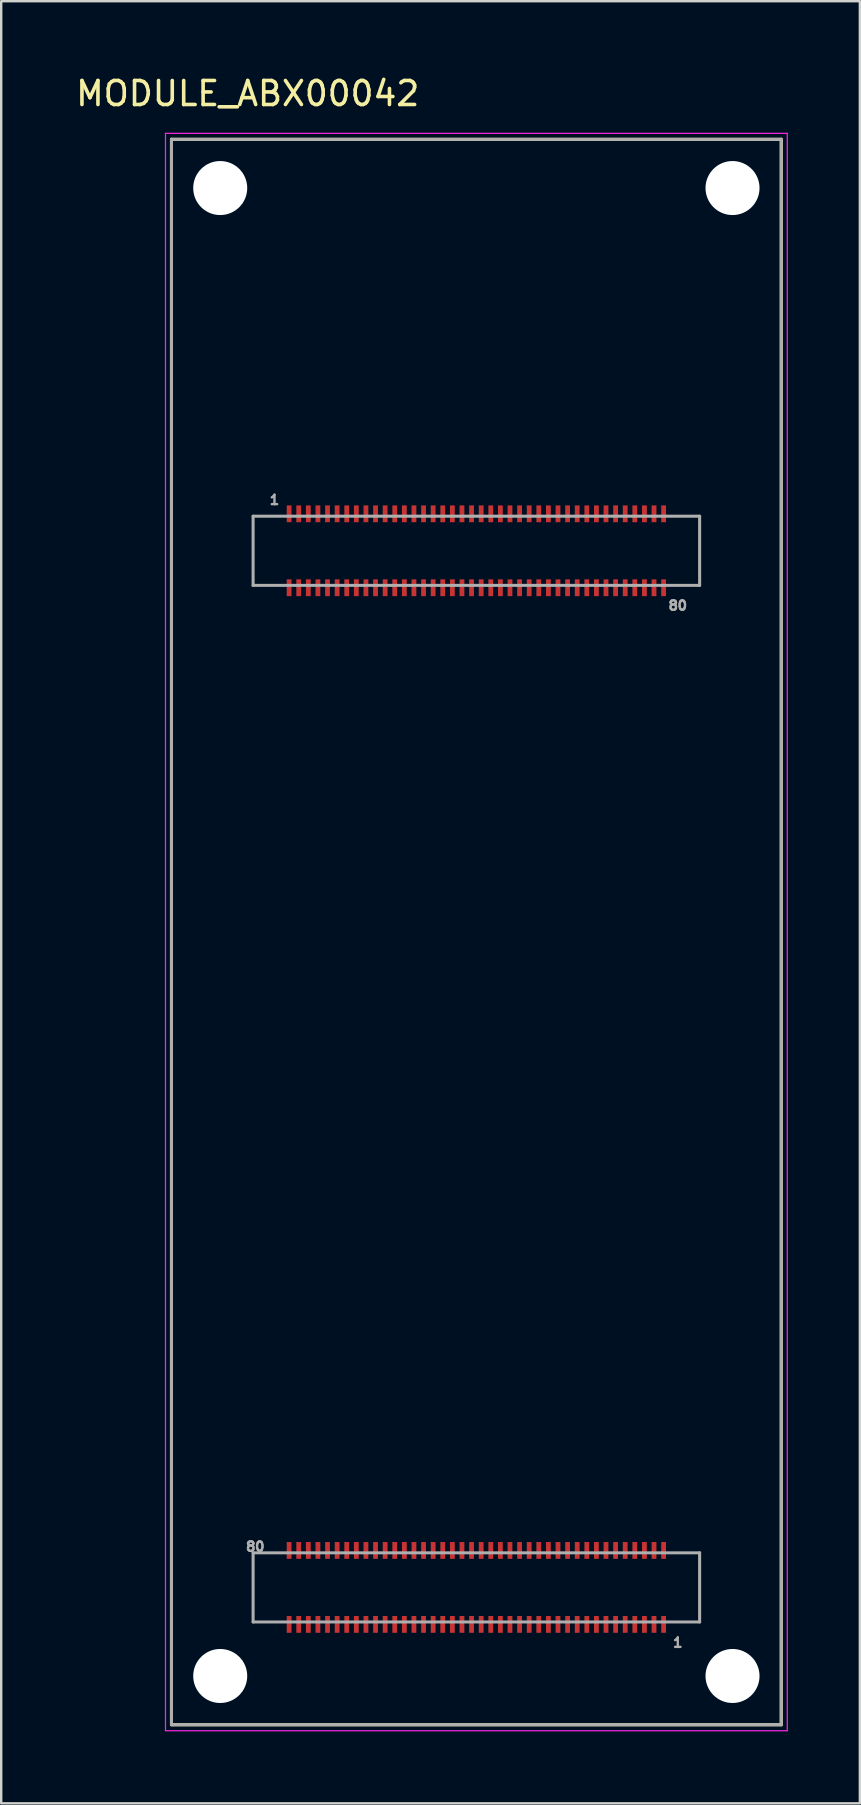
<source format=kicad_pcb>
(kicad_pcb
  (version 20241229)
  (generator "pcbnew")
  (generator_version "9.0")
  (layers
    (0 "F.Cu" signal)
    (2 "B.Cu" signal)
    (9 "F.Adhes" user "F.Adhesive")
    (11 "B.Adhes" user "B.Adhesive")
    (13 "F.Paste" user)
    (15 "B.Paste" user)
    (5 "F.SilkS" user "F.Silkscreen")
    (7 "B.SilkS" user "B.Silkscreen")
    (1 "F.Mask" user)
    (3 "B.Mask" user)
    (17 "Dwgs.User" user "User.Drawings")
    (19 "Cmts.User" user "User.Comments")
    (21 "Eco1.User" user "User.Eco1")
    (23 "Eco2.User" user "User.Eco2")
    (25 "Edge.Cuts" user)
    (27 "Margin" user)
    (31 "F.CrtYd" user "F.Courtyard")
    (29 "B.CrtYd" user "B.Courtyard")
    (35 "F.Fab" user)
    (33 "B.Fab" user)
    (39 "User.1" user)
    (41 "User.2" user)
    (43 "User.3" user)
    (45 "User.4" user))
  (footprint "MODULE_ABX00042"
    (layer "F.Cu")
    (at 16.793 35.773)
    (property "Reference" "MODULE_ABX00042" (at -9.525 -34.925 0) (layer "F.SilkS") (effects (font (size 1 1) (thickness 0.15))))
    (attr smd)
    (fp_line (start -12.7 -33.02) (end -12.7 33.02) (stroke (width 0.127) (type solid)) (layer "F.SilkS"))
    (fp_line (start -12.7 33.02) (end 12.7 33.02) (stroke (width 0.127) (type solid)) (layer "F.SilkS"))
    (fp_line (start 12.7 -33.02) (end -12.7 -33.02) (stroke (width 0.127) (type solid)) (layer "F.SilkS"))
    (fp_line (start 12.7 33.02) (end 12.7 -33.02) (stroke (width 0.127) (type solid)) (layer "F.SilkS"))
    (fp_line (start -12.95 -33.27) (end -12.95 33.27) (stroke (width 0.05) (type solid)) (layer "F.CrtYd"))
    (fp_line (start -12.95 33.27) (end 12.95 33.27) (stroke (width 0.05) (type solid)) (layer "F.CrtYd"))
    (fp_line (start 12.95 -33.27) (end -12.95 -33.27) (stroke (width 0.05) (type solid)) (layer "F.CrtYd"))
    (fp_line (start 12.95 33.27) (end 12.95 -33.27) (stroke (width 0.05) (type solid)) (layer "F.CrtYd"))
    (fp_line (start -12.7 -33.02) (end -12.7 33.02) (stroke (width 0.127) (type solid)) (layer "F.Fab"))
    (fp_line (start -12.7 33.02) (end 12.7 33.02) (stroke (width 0.127) (type solid)) (layer "F.Fab"))
    (fp_line (start -9.3 -17.32) (end -9.3 -14.44) (stroke (width 0.127) (type solid)) (layer "F.Fab"))
    (fp_line (start -9.3 -14.44) (end 9.3 -14.44) (stroke (width 0.127) (type solid)) (layer "F.Fab"))
    (fp_line (start -9.3 25.86) (end -9.3 28.74) (stroke (width 0.127) (type solid)) (layer "F.Fab"))
    (fp_line (start -9.3 28.74) (end 9.3 28.74) (stroke (width 0.127) (type solid)) (layer "F.Fab"))
    (fp_line (start 9.3 -17.32) (end -9.3 -17.32) (stroke (width 0.127) (type solid)) (layer "F.Fab"))
    (fp_line (start 9.3 -14.44) (end 9.3 -17.32) (stroke (width 0.127) (type solid)) (layer "F.Fab"))
    (fp_line (start 9.3 25.86) (end -9.3 25.86) (stroke (width 0.127) (type solid)) (layer "F.Fab"))
    (fp_line (start 9.3 28.74) (end 9.3 25.86) (stroke (width 0.127) (type solid)) (layer "F.Fab"))
    (fp_line (start 12.7 -33.02) (end -12.7 -33.02) (stroke (width 0.127) (type solid)) (layer "F.Fab"))
    (fp_line (start 12.7 33.02) (end 12.7 -33.02) (stroke (width 0.127) (type solid)) (layer "F.Fab"))
    (fp_text user "80" (at -9.21 25.6 0) (layer "F.Fab") (effects (font (size 0.394 0.394) (thickness 0.15))))
    (fp_text user "1" (at -8.41 -18 0) (layer "F.Fab") (effects (font (size 0.394 0.394) (thickness 0.15))))
    (fp_text user "80" (at 8.39 -13.6 0) (layer "F.Fab") (effects (font (size 0.394 0.394) (thickness 0.15))))
    (fp_text user "1" (at 8.39 29.6 0) (layer "F.Fab") (effects (font (size 0.394 0.394) (thickness 0.15))))
    (pad "" np_thru_hole circle (at -10.67 -30.99) (size 2.25 2.25) (drill 2.25) (layers "*.Cu" "*.Mask"))
    (pad "" np_thru_hole circle (at -10.67 30.99) (size 2.25 2.25) (drill 2.25) (layers "*.Cu" "*.Mask"))
    (pad "" np_thru_hole circle (at 10.67 -30.99) (size 2.25 2.25) (drill 2.25) (layers "*.Cu" "*.Mask"))
    (pad "" np_thru_hole circle (at 10.67 30.99) (size 2.25 2.25) (drill 2.25) (layers "*.Cu" "*.Mask"))
    (pad "J1_1" smd rect (at -7.8 -17.42) (size 0.2 0.7) (layers "F.Cu" "F.Mask" "F.Paste"))
    (pad "J1_2" smd rect (at -7.8 -14.34) (size 0.2 0.7) (layers "F.Cu" "F.Mask" "F.Paste"))
    (pad "J1_3" smd rect (at -7.4 -17.42) (size 0.2 0.7) (layers "F.Cu" "F.Mask" "F.Paste"))
    (pad "J1_4" smd rect (at -7.4 -14.34) (size 0.2 0.7) (layers "F.Cu" "F.Mask" "F.Paste"))
    (pad "J1_5" smd rect (at -7 -17.42) (size 0.2 0.7) (layers "F.Cu" "F.Mask" "F.Paste"))
    (pad "J1_6" smd rect (at -7 -14.34) (size 0.2 0.7) (layers "F.Cu" "F.Mask" "F.Paste"))
    (pad "J1_7" smd rect (at -6.6 -17.42) (size 0.2 0.7) (layers "F.Cu" "F.Mask" "F.Paste"))
    (pad "J1_8" smd rect (at -6.6 -14.34) (size 0.2 0.7) (layers "F.Cu" "F.Mask" "F.Paste"))
    (pad "J1_9" smd rect (at -6.2 -17.42) (size 0.2 0.7) (layers "F.Cu" "F.Mask" "F.Paste"))
    (pad "J1_10" smd rect (at -6.2 -14.34) (size 0.2 0.7) (layers "F.Cu" "F.Mask" "F.Paste"))
    (pad "J1_11" smd rect (at -5.8 -17.42) (size 0.2 0.7) (layers "F.Cu" "F.Mask" "F.Paste"))
    (pad "J1_12" smd rect (at -5.8 -14.34) (size 0.2 0.7) (layers "F.Cu" "F.Mask" "F.Paste"))
    (pad "J1_13" smd rect (at -5.4 -17.42) (size 0.2 0.7) (layers "F.Cu" "F.Mask" "F.Paste"))
    (pad "J1_14" smd rect (at -5.4 -14.34) (size 0.2 0.7) (layers "F.Cu" "F.Mask" "F.Paste"))
    (pad "J1_15" smd rect (at -5 -17.42) (size 0.2 0.7) (layers "F.Cu" "F.Mask" "F.Paste"))
    (pad "J1_16" smd rect (at -5 -14.34) (size 0.2 0.7) (layers "F.Cu" "F.Mask" "F.Paste"))
    (pad "J1_17" smd rect (at -4.6 -17.42) (size 0.2 0.7) (layers "F.Cu" "F.Mask" "F.Paste"))
    (pad "J1_18" smd rect (at -4.6 -14.34) (size 0.2 0.7) (layers "F.Cu" "F.Mask" "F.Paste"))
    (pad "J1_19" smd rect (at -4.2 -17.42) (size 0.2 0.7) (layers "F.Cu" "F.Mask" "F.Paste"))
    (pad "J1_20" smd rect (at -4.2 -14.34) (size 0.2 0.7) (layers "F.Cu" "F.Mask" "F.Paste"))
    (pad "J1_21" smd rect (at -3.8 -17.42) (size 0.2 0.7) (layers "F.Cu" "F.Mask" "F.Paste"))
    (pad "J1_22" smd rect (at -3.8 -14.34) (size 0.2 0.7) (layers "F.Cu" "F.Mask" "F.Paste"))
    (pad "J1_23" smd rect (at -3.4 -17.42) (size 0.2 0.7) (layers "F.Cu" "F.Mask" "F.Paste"))
    (pad "J1_24" smd rect (at -3.4 -14.34) (size 0.2 0.7) (layers "F.Cu" "F.Mask" "F.Paste"))
    (pad "J1_25" smd rect (at -3 -17.42) (size 0.2 0.7) (layers "F.Cu" "F.Mask" "F.Paste"))
    (pad "J1_26" smd rect (at -3 -14.34) (size 0.2 0.7) (layers "F.Cu" "F.Mask" "F.Paste"))
    (pad "J1_27" smd rect (at -2.6 -17.42) (size 0.2 0.7) (layers "F.Cu" "F.Mask" "F.Paste"))
    (pad "J1_28" smd rect (at -2.6 -14.34) (size 0.2 0.7) (layers "F.Cu" "F.Mask" "F.Paste"))
    (pad "J1_29" smd rect (at -2.2 -17.42) (size 0.2 0.7) (layers "F.Cu" "F.Mask" "F.Paste"))
    (pad "J1_30" smd rect (at -2.2 -14.34) (size 0.2 0.7) (layers "F.Cu" "F.Mask" "F.Paste"))
    (pad "J1_31" smd rect (at -1.8 -17.42) (size 0.2 0.7) (layers "F.Cu" "F.Mask" "F.Paste"))
    (pad "J1_32" smd rect (at -1.8 -14.34) (size 0.2 0.7) (layers "F.Cu" "F.Mask" "F.Paste"))
    (pad "J1_33" smd rect (at -1.4 -17.42) (size 0.2 0.7) (layers "F.Cu" "F.Mask" "F.Paste"))
    (pad "J1_34" smd rect (at -1.4 -14.34) (size 0.2 0.7) (layers "F.Cu" "F.Mask" "F.Paste"))
    (pad "J1_35" smd rect (at -1 -17.42) (size 0.2 0.7) (layers "F.Cu" "F.Mask" "F.Paste"))
    (pad "J1_36" smd rect (at -1 -14.34) (size 0.2 0.7) (layers "F.Cu" "F.Mask" "F.Paste"))
    (pad "J1_37" smd rect (at -0.6 -17.42) (size 0.2 0.7) (layers "F.Cu" "F.Mask" "F.Paste"))
    (pad "J1_38" smd rect (at -0.6 -14.34) (size 0.2 0.7) (layers "F.Cu" "F.Mask" "F.Paste"))
    (pad "J1_39" smd rect (at -0.2 -17.42) (size 0.2 0.7) (layers "F.Cu" "F.Mask" "F.Paste"))
    (pad "J1_40" smd rect (at -0.2 -14.34) (size 0.2 0.7) (layers "F.Cu" "F.Mask" "F.Paste"))
    (pad "J1_41" smd rect (at 0.2 -17.42) (size 0.2 0.7) (layers "F.Cu" "F.Mask" "F.Paste"))
    (pad "J1_42" smd rect (at 0.2 -14.34) (size 0.2 0.7) (layers "F.Cu" "F.Mask" "F.Paste"))
    (pad "J1_43" smd rect (at 0.6 -17.42) (size 0.2 0.7) (layers "F.Cu" "F.Mask" "F.Paste"))
    (pad "J1_44" smd rect (at 0.6 -14.34) (size 0.2 0.7) (layers "F.Cu" "F.Mask" "F.Paste"))
    (pad "J1_45" smd rect (at 1 -17.42) (size 0.2 0.7) (layers "F.Cu" "F.Mask" "F.Paste"))
    (pad "J1_46" smd rect (at 1 -14.34) (size 0.2 0.7) (layers "F.Cu" "F.Mask" "F.Paste"))
    (pad "J1_47" smd rect (at 1.4 -17.42) (size 0.2 0.7) (layers "F.Cu" "F.Mask" "F.Paste"))
    (pad "J1_48" smd rect (at 1.4 -14.34) (size 0.2 0.7) (layers "F.Cu" "F.Mask" "F.Paste"))
    (pad "J1_49" smd rect (at 1.8 -17.42) (size 0.2 0.7) (layers "F.Cu" "F.Mask" "F.Paste"))
    (pad "J1_50" smd rect (at 1.8 -14.34) (size 0.2 0.7) (layers "F.Cu" "F.Mask" "F.Paste"))
    (pad "J1_51" smd rect (at 2.2 -17.42) (size 0.2 0.7) (layers "F.Cu" "F.Mask" "F.Paste"))
    (pad "J1_52" smd rect (at 2.2 -14.34) (size 0.2 0.7) (layers "F.Cu" "F.Mask" "F.Paste"))
    (pad "J1_53" smd rect (at 2.6 -17.42) (size 0.2 0.7) (layers "F.Cu" "F.Mask" "F.Paste"))
    (pad "J1_54" smd rect (at 2.6 -14.34) (size 0.2 0.7) (layers "F.Cu" "F.Mask" "F.Paste"))
    (pad "J1_55" smd rect (at 3 -17.42) (size 0.2 0.7) (layers "F.Cu" "F.Mask" "F.Paste"))
    (pad "J1_56" smd rect (at 3 -14.34) (size 0.2 0.7) (layers "F.Cu" "F.Mask" "F.Paste"))
    (pad "J1_57" smd rect (at 3.4 -17.42) (size 0.2 0.7) (layers "F.Cu" "F.Mask" "F.Paste"))
    (pad "J1_58" smd rect (at 3.4 -14.34) (size 0.2 0.7) (layers "F.Cu" "F.Mask" "F.Paste"))
    (pad "J1_59" smd rect (at 3.8 -17.42) (size 0.2 0.7) (layers "F.Cu" "F.Mask" "F.Paste"))
    (pad "J1_60" smd rect (at 3.8 -14.34) (size 0.2 0.7) (layers "F.Cu" "F.Mask" "F.Paste"))
    (pad "J1_61" smd rect (at 4.2 -17.42) (size 0.2 0.7) (layers "F.Cu" "F.Mask" "F.Paste"))
    (pad "J1_62" smd rect (at 4.2 -14.34) (size 0.2 0.7) (layers "F.Cu" "F.Mask" "F.Paste"))
    (pad "J1_63" smd rect (at 4.6 -17.42) (size 0.2 0.7) (layers "F.Cu" "F.Mask" "F.Paste"))
    (pad "J1_64" smd rect (at 4.6 -14.34) (size 0.2 0.7) (layers "F.Cu" "F.Mask" "F.Paste"))
    (pad "J1_65" smd rect (at 5 -17.42) (size 0.2 0.7) (layers "F.Cu" "F.Mask" "F.Paste"))
    (pad "J1_66" smd rect (at 5 -14.34) (size 0.2 0.7) (layers "F.Cu" "F.Mask" "F.Paste"))
    (pad "J1_67" smd rect (at 5.4 -17.42) (size 0.2 0.7) (layers "F.Cu" "F.Mask" "F.Paste"))
    (pad "J1_68" smd rect (at 5.4 -14.34) (size 0.2 0.7) (layers "F.Cu" "F.Mask" "F.Paste"))
    (pad "J1_69" smd rect (at 5.8 -17.42) (size 0.2 0.7) (layers "F.Cu" "F.Mask" "F.Paste"))
    (pad "J1_70" smd rect (at 5.8 -14.34) (size 0.2 0.7) (layers "F.Cu" "F.Mask" "F.Paste"))
    (pad "J1_71" smd rect (at 6.2 -17.42) (size 0.2 0.7) (layers "F.Cu" "F.Mask" "F.Paste"))
    (pad "J1_72" smd rect (at 6.2 -14.34) (size 0.2 0.7) (layers "F.Cu" "F.Mask" "F.Paste"))
    (pad "J1_73" smd rect (at 6.6 -17.42) (size 0.2 0.7) (layers "F.Cu" "F.Mask" "F.Paste"))
    (pad "J1_74" smd rect (at 6.6 -14.34) (size 0.2 0.7) (layers "F.Cu" "F.Mask" "F.Paste"))
    (pad "J1_75" smd rect (at 7 -17.42) (size 0.2 0.7) (layers "F.Cu" "F.Mask" "F.Paste"))
    (pad "J1_76" smd rect (at 7 -14.34) (size 0.2 0.7) (layers "F.Cu" "F.Mask" "F.Paste"))
    (pad "J1_77" smd rect (at 7.4 -17.42) (size 0.2 0.7) (layers "F.Cu" "F.Mask" "F.Paste"))
    (pad "J1_78" smd rect (at 7.4 -14.34) (size 0.2 0.7) (layers "F.Cu" "F.Mask" "F.Paste"))
    (pad "J1_79" smd rect (at 7.8 -17.42) (size 0.2 0.7) (layers "F.Cu" "F.Mask" "F.Paste"))
    (pad "J1_80" smd rect (at 7.8 -14.34) (size 0.2 0.7) (layers "F.Cu" "F.Mask" "F.Paste"))
    (pad "J2_1" smd rect (at 7.8 28.84) (size 0.2 0.7) (layers "F.Cu" "F.Mask" "F.Paste"))
    (pad "J2_2" smd rect (at 7.8 25.76) (size 0.2 0.7) (layers "F.Cu" "F.Mask" "F.Paste"))
    (pad "J2_3" smd rect (at 7.4 28.84) (size 0.2 0.7) (layers "F.Cu" "F.Mask" "F.Paste"))
    (pad "J2_4" smd rect (at 7.4 25.76) (size 0.2 0.7) (layers "F.Cu" "F.Mask" "F.Paste"))
    (pad "J2_5" smd rect (at 7 28.84) (size 0.2 0.7) (layers "F.Cu" "F.Mask" "F.Paste"))
    (pad "J2_6" smd rect (at 7 25.76) (size 0.2 0.7) (layers "F.Cu" "F.Mask" "F.Paste"))
    (pad "J2_7" smd rect (at 6.6 28.84) (size 0.2 0.7) (layers "F.Cu" "F.Mask" "F.Paste"))
    (pad "J2_8" smd rect (at 6.6 25.76) (size 0.2 0.7) (layers "F.Cu" "F.Mask" "F.Paste"))
    (pad "J2_9" smd rect (at 6.2 28.84) (size 0.2 0.7) (layers "F.Cu" "F.Mask" "F.Paste"))
    (pad "J2_10" smd rect (at 6.2 25.76) (size 0.2 0.7) (layers "F.Cu" "F.Mask" "F.Paste"))
    (pad "J2_11" smd rect (at 5.8 28.84) (size 0.2 0.7) (layers "F.Cu" "F.Mask" "F.Paste"))
    (pad "J2_12" smd rect (at 5.8 25.76) (size 0.2 0.7) (layers "F.Cu" "F.Mask" "F.Paste"))
    (pad "J2_13" smd rect (at 5.4 28.84) (size 0.2 0.7) (layers "F.Cu" "F.Mask" "F.Paste"))
    (pad "J2_14" smd rect (at 5.4 25.76) (size 0.2 0.7) (layers "F.Cu" "F.Mask" "F.Paste"))
    (pad "J2_15" smd rect (at 5 28.84) (size 0.2 0.7) (layers "F.Cu" "F.Mask" "F.Paste"))
    (pad "J2_16" smd rect (at 5 25.76) (size 0.2 0.7) (layers "F.Cu" "F.Mask" "F.Paste"))
    (pad "J2_17" smd rect (at 4.6 28.84) (size 0.2 0.7) (layers "F.Cu" "F.Mask" "F.Paste"))
    (pad "J2_18" smd rect (at 4.6 25.76) (size 0.2 0.7) (layers "F.Cu" "F.Mask" "F.Paste"))
    (pad "J2_19" smd rect (at 4.2 28.84) (size 0.2 0.7) (layers "F.Cu" "F.Mask" "F.Paste"))
    (pad "J2_20" smd rect (at 4.2 25.76) (size 0.2 0.7) (layers "F.Cu" "F.Mask" "F.Paste"))
    (pad "J2_21" smd rect (at 3.8 28.84) (size 0.2 0.7) (layers "F.Cu" "F.Mask" "F.Paste"))
    (pad "J2_22" smd rect (at 3.8 25.76) (size 0.2 0.7) (layers "F.Cu" "F.Mask" "F.Paste"))
    (pad "J2_23" smd rect (at 3.4 28.84) (size 0.2 0.7) (layers "F.Cu" "F.Mask" "F.Paste"))
    (pad "J2_24" smd rect (at 3.4 25.76) (size 0.2 0.7) (layers "F.Cu" "F.Mask" "F.Paste"))
    (pad "J2_25" smd rect (at 3 28.84) (size 0.2 0.7) (layers "F.Cu" "F.Mask" "F.Paste"))
    (pad "J2_26" smd rect (at 3 25.76) (size 0.2 0.7) (layers "F.Cu" "F.Mask" "F.Paste"))
    (pad "J2_27" smd rect (at 2.6 28.84) (size 0.2 0.7) (layers "F.Cu" "F.Mask" "F.Paste"))
    (pad "J2_28" smd rect (at 2.6 25.76) (size 0.2 0.7) (layers "F.Cu" "F.Mask" "F.Paste"))
    (pad "J2_29" smd rect (at 2.2 28.84) (size 0.2 0.7) (layers "F.Cu" "F.Mask" "F.Paste"))
    (pad "J2_30" smd rect (at 2.2 25.76) (size 0.2 0.7) (layers "F.Cu" "F.Mask" "F.Paste"))
    (pad "J2_31" smd rect (at 1.8 28.84) (size 0.2 0.7) (layers "F.Cu" "F.Mask" "F.Paste"))
    (pad "J2_32" smd rect (at 1.8 25.76) (size 0.2 0.7) (layers "F.Cu" "F.Mask" "F.Paste"))
    (pad "J2_33" smd rect (at 1.4 28.84) (size 0.2 0.7) (layers "F.Cu" "F.Mask" "F.Paste"))
    (pad "J2_34" smd rect (at 1.4 25.76) (size 0.2 0.7) (layers "F.Cu" "F.Mask" "F.Paste"))
    (pad "J2_35" smd rect (at 1 28.84) (size 0.2 0.7) (layers "F.Cu" "F.Mask" "F.Paste"))
    (pad "J2_36" smd rect (at 1 25.76) (size 0.2 0.7) (layers "F.Cu" "F.Mask" "F.Paste"))
    (pad "J2_37" smd rect (at 0.6 28.84) (size 0.2 0.7) (layers "F.Cu" "F.Mask" "F.Paste"))
    (pad "J2_38" smd rect (at 0.6 25.76) (size 0.2 0.7) (layers "F.Cu" "F.Mask" "F.Paste"))
    (pad "J2_39" smd rect (at 0.2 28.84) (size 0.2 0.7) (layers "F.Cu" "F.Mask" "F.Paste"))
    (pad "J2_40" smd rect (at 0.2 25.76) (size 0.2 0.7) (layers "F.Cu" "F.Mask" "F.Paste"))
    (pad "J2_41" smd rect (at -0.2 28.84) (size 0.2 0.7) (layers "F.Cu" "F.Mask" "F.Paste"))
    (pad "J2_42" smd rect (at -0.2 25.76) (size 0.2 0.7) (layers "F.Cu" "F.Mask" "F.Paste"))
    (pad "J2_43" smd rect (at -0.6 28.84) (size 0.2 0.7) (layers "F.Cu" "F.Mask" "F.Paste"))
    (pad "J2_44" smd rect (at -0.6 25.76) (size 0.2 0.7) (layers "F.Cu" "F.Mask" "F.Paste"))
    (pad "J2_45" smd rect (at -1 28.84) (size 0.2 0.7) (layers "F.Cu" "F.Mask" "F.Paste"))
    (pad "J2_46" smd rect (at -1 25.76) (size 0.2 0.7) (layers "F.Cu" "F.Mask" "F.Paste"))
    (pad "J2_47" smd rect (at -1.4 28.84) (size 0.2 0.7) (layers "F.Cu" "F.Mask" "F.Paste"))
    (pad "J2_48" smd rect (at -1.4 25.76) (size 0.2 0.7) (layers "F.Cu" "F.Mask" "F.Paste"))
    (pad "J2_49" smd rect (at -1.8 28.84) (size 0.2 0.7) (layers "F.Cu" "F.Mask" "F.Paste"))
    (pad "J2_50" smd rect (at -1.8 25.76) (size 0.2 0.7) (layers "F.Cu" "F.Mask" "F.Paste"))
    (pad "J2_51" smd rect (at -2.2 28.84) (size 0.2 0.7) (layers "F.Cu" "F.Mask" "F.Paste"))
    (pad "J2_52" smd rect (at -2.2 25.76) (size 0.2 0.7) (layers "F.Cu" "F.Mask" "F.Paste"))
    (pad "J2_53" smd rect (at -2.6 28.84) (size 0.2 0.7) (layers "F.Cu" "F.Mask" "F.Paste"))
    (pad "J2_54" smd rect (at -2.6 25.76) (size 0.2 0.7) (layers "F.Cu" "F.Mask" "F.Paste"))
    (pad "J2_55" smd rect (at -3 28.84) (size 0.2 0.7) (layers "F.Cu" "F.Mask" "F.Paste"))
    (pad "J2_56" smd rect (at -3 25.76) (size 0.2 0.7) (layers "F.Cu" "F.Mask" "F.Paste"))
    (pad "J2_57" smd rect (at -3.4 28.84) (size 0.2 0.7) (layers "F.Cu" "F.Mask" "F.Paste"))
    (pad "J2_58" smd rect (at -3.4 25.76) (size 0.2 0.7) (layers "F.Cu" "F.Mask" "F.Paste"))
    (pad "J2_59" smd rect (at -3.8 28.84) (size 0.2 0.7) (layers "F.Cu" "F.Mask" "F.Paste"))
    (pad "J2_60" smd rect (at -3.8 25.76) (size 0.2 0.7) (layers "F.Cu" "F.Mask" "F.Paste"))
    (pad "J2_61" smd rect (at -4.2 28.84) (size 0.2 0.7) (layers "F.Cu" "F.Mask" "F.Paste"))
    (pad "J2_62" smd rect (at -4.2 25.76) (size 0.2 0.7) (layers "F.Cu" "F.Mask" "F.Paste"))
    (pad "J2_63" smd rect (at -4.6 28.84) (size 0.2 0.7) (layers "F.Cu" "F.Mask" "F.Paste"))
    (pad "J2_64" smd rect (at -4.6 25.76) (size 0.2 0.7) (layers "F.Cu" "F.Mask" "F.Paste"))
    (pad "J2_65" smd rect (at -5 28.84) (size 0.2 0.7) (layers "F.Cu" "F.Mask" "F.Paste"))
    (pad "J2_66" smd rect (at -5 25.76) (size 0.2 0.7) (layers "F.Cu" "F.Mask" "F.Paste"))
    (pad "J2_67" smd rect (at -5.4 28.84) (size 0.2 0.7) (layers "F.Cu" "F.Mask" "F.Paste"))
    (pad "J2_68" smd rect (at -5.4 25.76) (size 0.2 0.7) (layers "F.Cu" "F.Mask" "F.Paste"))
    (pad "J2_69" smd rect (at -5.8 28.84) (size 0.2 0.7) (layers "F.Cu" "F.Mask" "F.Paste"))
    (pad "J2_70" smd rect (at -5.8 25.76) (size 0.2 0.7) (layers "F.Cu" "F.Mask" "F.Paste"))
    (pad "J2_71" smd rect (at -6.2 28.84) (size 0.2 0.7) (layers "F.Cu" "F.Mask" "F.Paste"))
    (pad "J2_72" smd rect (at -6.2 25.76) (size 0.2 0.7) (layers "F.Cu" "F.Mask" "F.Paste"))
    (pad "J2_73" smd rect (at -6.6 28.84) (size 0.2 0.7) (layers "F.Cu" "F.Mask" "F.Paste"))
    (pad "J2_74" smd rect (at -6.6 25.76) (size 0.2 0.7) (layers "F.Cu" "F.Mask" "F.Paste"))
    (pad "J2_75" smd rect (at -7 28.84) (size 0.2 0.7) (layers "F.Cu" "F.Mask" "F.Paste"))
    (pad "J2_76" smd rect (at -7 25.76) (size 0.2 0.7) (layers "F.Cu" "F.Mask" "F.Paste"))
    (pad "J2_77" smd rect (at -7.4 28.84) (size 0.2 0.7) (layers "F.Cu" "F.Mask" "F.Paste"))
    (pad "J2_78" smd rect (at -7.4 25.76) (size 0.2 0.7) (layers "F.Cu" "F.Mask" "F.Paste"))
    (pad "J2_79" smd rect (at -7.8 28.84) (size 0.2 0.7) (layers "F.Cu" "F.Mask" "F.Paste"))
    (pad "J2_80" smd rect (at -7.8 25.76) (size 0.2 0.7) (layers "F.Cu" "F.Mask" "F.Paste")))
  (gr_rect
    (start -3 -3)
    (end 32.768 72.068)
    (stroke (width 0.1) (type default))
    (fill no)
    (layer "Edge.Cuts")))
</source>
